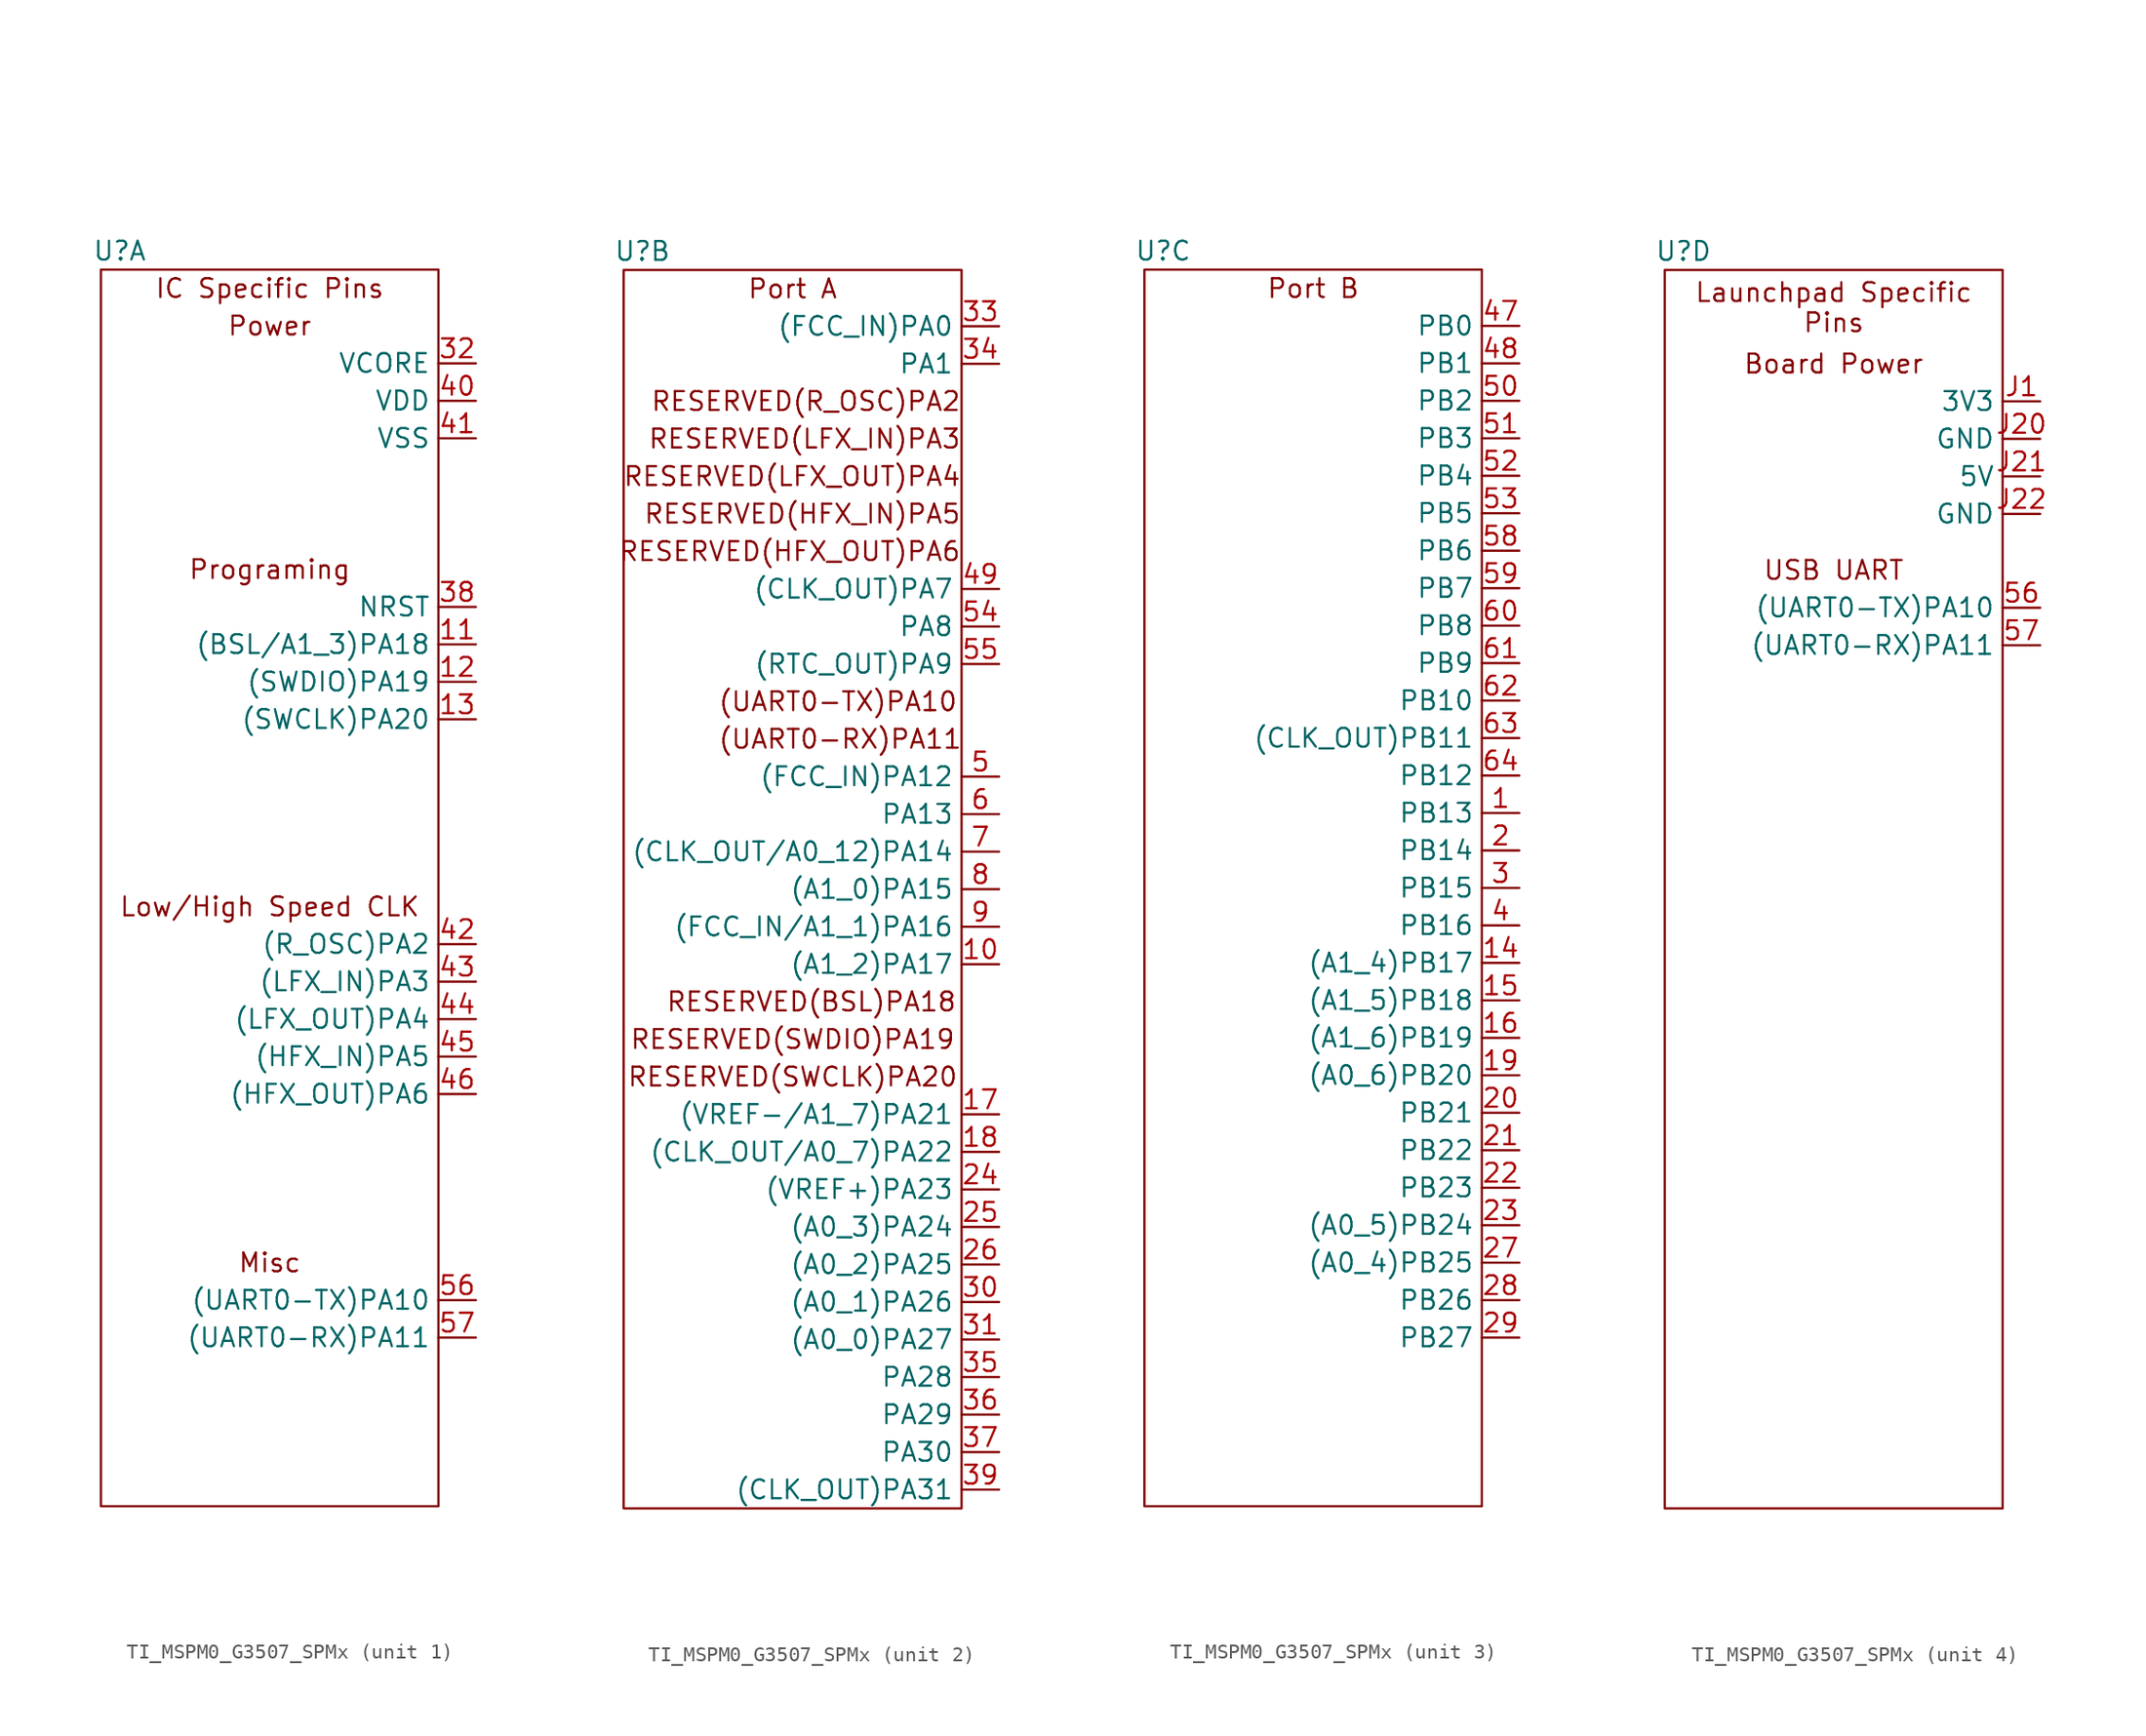
<source format=kicad_sym>
(kicad_symbol_lib
  (version 20220914)
  (generator kicad_symbol_editor)
  (symbol "TI_MSPM0_G3507_SPMx"
    (property "Reference" "U"
      (at 1.27 85.09 0)
      (effects (font (size 1.27 1.27))))
    (property "Value" ""
      (at 0 88.9 0)
      (effects (font (size 1.27 1.27))))
    (property "ki_locked" ""
      (at 0 0 0)
      (effects (font (size 1.27 1.27))))
    (symbol "TI_MSPM0_G3507_SPMx_1_1"
      (rectangle (start 0 83.82) (end 22.86 0) (stroke (width 0) (type default)) (fill (type none)))
      (text "IC Specific Pins" (at 11.43 82.55 0) (effects (font (size 1.27 1.27))))
      (text "Low/High Speed CLK" (at 11.43 40.64 0) (effects (font (size 1.27 1.27))))
      (text "Misc" (at 11.43 16.51 0) (effects (font (size 1.27 1.27))))
      (text "Power\n" (at 11.43 80.01 0) (effects (font (size 1.27 1.27))))
      (text "Programing" (at 11.43 63.5 0) (effects (font (size 1.27 1.27))))
      (pin bidirectional line (at 25.4 58.42 180) (length 2.54) (name "(BSL/A1_3)PA18" (effects (font (size 1.27 1.27)))) (number "11" (effects (font (size 1.27 1.27)))))
      (pin bidirectional line (at 25.4 55.88 180) (length 2.54) (name "(SWDIO)PA19" (effects (font (size 1.27 1.27)))) (number "12" (effects (font (size 1.27 1.27)))))
      (pin bidirectional line (at 25.4 53.34 180) (length 2.54) (name "(SWCLK)PA20" (effects (font (size 1.27 1.27)))) (number "13" (effects (font (size 1.27 1.27)))))
      (pin bidirectional line (at 25.4 77.47 180) (length 2.54) (name "VCORE" (effects (font (size 1.27 1.27)))) (number "32" (effects (font (size 1.27 1.27)))))
      (pin bidirectional line (at 25.4 60.96 180) (length 2.54) (name "NRST" (effects (font (size 1.27 1.27)))) (number "38" (effects (font (size 1.27 1.27)))))
      (pin bidirectional line (at 25.4 74.93 180) (length 2.54) (name "VDD" (effects (font (size 1.27 1.27)))) (number "40" (effects (font (size 1.27 1.27)))))
      (pin bidirectional line (at 25.4 72.39 180) (length 2.54) (name "VSS" (effects (font (size 1.27 1.27)))) (number "41" (effects (font (size 1.27 1.27)))))
      (pin bidirectional line (at 25.4 38.1 180) (length 2.54) (name "(R_OSC)PA2" (effects (font (size 1.27 1.27)))) (number "42" (effects (font (size 1.27 1.27)))))
      (pin bidirectional line (at 25.4 35.56 180) (length 2.54) (name "(LFX_IN)PA3" (effects (font (size 1.27 1.27)))) (number "43" (effects (font (size 1.27 1.27)))))
      (pin bidirectional line (at 25.4 33.02 180) (length 2.54) (name "(LFX_OUT)PA4" (effects (font (size 1.27 1.27)))) (number "44" (effects (font (size 1.27 1.27)))))
      (pin bidirectional line (at 25.4 30.48 180) (length 2.54) (name "(HFX_IN)PA5" (effects (font (size 1.27 1.27)))) (number "45" (effects (font (size 1.27 1.27)))))
      (pin bidirectional line (at 25.4 27.94 180) (length 2.54) (name "(HFX_OUT)PA6" (effects (font (size 1.27 1.27)))) (number "46" (effects (font (size 1.27 1.27)))))
      (pin bidirectional line (at 25.4 13.97 180) (length 2.54) (name "(UART0-TX)PA10" (effects (font (size 1.27 1.27)))) (number "56" (effects (font (size 1.27 1.27)))))
      (pin bidirectional line (at 25.4 11.43 180) (length 2.54) (name "(UART0-RX)PA11" (effects (font (size 1.27 1.27)))) (number "57" (effects (font (size 1.27 1.27))))))
    (symbol "TI_MSPM0_G3507_SPMx_2_1"
      (rectangle (start 0 83.82) (end 22.86 0) (stroke (width 0) (type default)) (fill (type none)))
      (text "(UART0-RX)PA11\n" (at 6.35 52.07 0) (effects (font (size 1.27 1.27)) (justify left)))
      (text "(UART0-TX)PA10" (at 6.35 54.61 0) (effects (font (size 1.27 1.27)) (justify left)))
      (text "Port A" (at 11.43 82.55 0) (effects (font (size 1.27 1.27))))
      (text "RESERVED(BSL)PA18\n" (at 12.7 34.29 0) (effects (font (size 1.27 1.27))))
      (text "RESERVED(HFX_IN)PA5" (at 22.86 67.31 0) (effects (font (size 1.27 1.27)) (justify right)))
      (text "RESERVED(HFX_OUT)PA6" (at 22.86 64.77 0) (effects (font (size 1.27 1.27)) (justify right)))
      (text "RESERVED(LFX_IN)PA3\n" (at 22.86 72.39 0) (effects (font (size 1.27 1.27)) (justify right)))
      (text "RESERVED(LFX_OUT)PA4\n" (at 22.86 69.85 0) (effects (font (size 1.27 1.27)) (justify right)))
      (text "RESERVED(R_OSC)PA2\n" (at 22.86 74.93 0) (effects (font (size 1.27 1.27)) (justify right)))
      (text "RESERVED(SWCLK)PA20" (at 11.43 29.21 0) (effects (font (size 1.27 1.27))))
      (text "RESERVED(SWDIO)PA19" (at 11.43 31.75 0) (effects (font (size 1.27 1.27))))
      (pin bidirectional line (at 25.4 36.83 180) (length 2.54) (name "(A1_2)PA17" (effects (font (size 1.27 1.27)))) (number "10" (effects (font (size 1.27 1.27)))))
      (pin bidirectional line (at 25.4 26.67 180) (length 2.54) (name "(VREF-/A1_7)PA21" (effects (font (size 1.27 1.27)))) (number "17" (effects (font (size 1.27 1.27)))))
      (pin bidirectional line (at 25.4 24.13 180) (length 2.54) (name "(CLK_OUT/A0_7)PA22" (effects (font (size 1.27 1.27)))) (number "18" (effects (font (size 1.27 1.27)))))
      (pin bidirectional line (at 25.4 21.59 180) (length 2.54) (name "(VREF+)PA23" (effects (font (size 1.27 1.27)))) (number "24" (effects (font (size 1.27 1.27)))))
      (pin bidirectional line (at 25.4 19.05 180) (length 2.54) (name "(A0_3)PA24" (effects (font (size 1.27 1.27)))) (number "25" (effects (font (size 1.27 1.27)))))
      (pin bidirectional line (at 25.4 16.51 180) (length 2.54) (name "(A0_2)PA25" (effects (font (size 1.27 1.27)))) (number "26" (effects (font (size 1.27 1.27)))))
      (pin bidirectional line (at 25.4 13.97 180) (length 2.54) (name "(A0_1)PA26" (effects (font (size 1.27 1.27)))) (number "30" (effects (font (size 1.27 1.27)))))
      (pin bidirectional line (at 25.4 11.43 180) (length 2.54) (name "(A0_0)PA27" (effects (font (size 1.27 1.27)))) (number "31" (effects (font (size 1.27 1.27)))))
      (pin bidirectional line (at 25.4 80.01 180) (length 2.54) (name "(FCC_IN)PA0" (effects (font (size 1.27 1.27)))) (number "33" (effects (font (size 1.27 1.27)))))
      (pin bidirectional line (at 25.4 77.47 180) (length 2.54) (name "PA1" (effects (font (size 1.27 1.27)))) (number "34" (effects (font (size 1.27 1.27)))))
      (pin bidirectional line (at 25.4 8.89 180) (length 2.54) (name "PA28" (effects (font (size 1.27 1.27)))) (number "35" (effects (font (size 1.27 1.27)))))
      (pin bidirectional line (at 25.4 6.35 180) (length 2.54) (name "PA29" (effects (font (size 1.27 1.27)))) (number "36" (effects (font (size 1.27 1.27)))))
      (pin bidirectional line (at 25.4 3.81 180) (length 2.54) (name "PA30" (effects (font (size 1.27 1.27)))) (number "37" (effects (font (size 1.27 1.27)))))
      (pin bidirectional line (at 25.4 1.27 180) (length 2.54) (name "(CLK_OUT)PA31" (effects (font (size 1.27 1.27)))) (number "39" (effects (font (size 1.27 1.27)))))
      (pin bidirectional line (at 25.4 62.23 180) (length 2.54) (name "(CLK_OUT)PA7" (effects (font (size 1.27 1.27)))) (number "49" (effects (font (size 1.27 1.27)))))
      (pin bidirectional line (at 25.4 49.53 180) (length 2.54) (name "(FCC_IN)PA12" (effects (font (size 1.27 1.27)))) (number "5" (effects (font (size 1.27 1.27)))))
      (pin bidirectional line (at 25.4 59.69 180) (length 2.54) (name "PA8" (effects (font (size 1.27 1.27)))) (number "54" (effects (font (size 1.27 1.27)))))
      (pin bidirectional line (at 25.4 57.15 180) (length 2.54) (name "(RTC_OUT)PA9" (effects (font (size 1.27 1.27)))) (number "55" (effects (font (size 1.27 1.27)))))
      (pin bidirectional line (at 25.4 46.99 180) (length 2.54) (name "PA13" (effects (font (size 1.27 1.27)))) (number "6" (effects (font (size 1.27 1.27)))))
      (pin bidirectional line (at 25.4 44.45 180) (length 2.54) (name "(CLK_OUT/A0_12)PA14" (effects (font (size 1.27 1.27)))) (number "7" (effects (font (size 1.27 1.27)))))
      (pin bidirectional line (at 25.4 41.91 180) (length 2.54) (name "(A1_0)PA15" (effects (font (size 1.27 1.27)))) (number "8" (effects (font (size 1.27 1.27)))))
      (pin bidirectional line (at 25.4 39.37 180) (length 2.54) (name "(FCC_IN/A1_1)PA16" (effects (font (size 1.27 1.27)))) (number "9" (effects (font (size 1.27 1.27))))))
    (symbol "TI_MSPM0_G3507_SPMx_3_1"
      (rectangle (start 0 83.82) (end 22.86 0) (stroke (width 0) (type default)) (fill (type none)))
      (text "Port B" (at 11.43 82.55 0) (effects (font (size 1.27 1.27))))
      (pin bidirectional line (at 25.4 46.99 180) (length 2.54) (name "PB13" (effects (font (size 1.27 1.27)))) (number "1" (effects (font (size 1.27 1.27)))))
      (pin bidirectional line (at 25.4 36.83 180) (length 2.54) (name "(A1_4)PB17" (effects (font (size 1.27 1.27)))) (number "14" (effects (font (size 1.27 1.27)))))
      (pin bidirectional line (at 25.4 34.29 180) (length 2.54) (name "(A1_5)PB18" (effects (font (size 1.27 1.27)))) (number "15" (effects (font (size 1.27 1.27)))))
      (pin bidirectional line (at 25.4 31.75 180) (length 2.54) (name "(A1_6)PB19" (effects (font (size 1.27 1.27)))) (number "16" (effects (font (size 1.27 1.27)))))
      (pin bidirectional line (at 25.4 29.21 180) (length 2.54) (name "(A0_6)PB20" (effects (font (size 1.27 1.27)))) (number "19" (effects (font (size 1.27 1.27)))))
      (pin bidirectional line (at 25.4 44.45 180) (length 2.54) (name "PB14" (effects (font (size 1.27 1.27)))) (number "2" (effects (font (size 1.27 1.27)))))
      (pin bidirectional line (at 25.4 26.67 180) (length 2.54) (name "PB21" (effects (font (size 1.27 1.27)))) (number "20" (effects (font (size 1.27 1.27)))))
      (pin bidirectional line (at 25.4 24.13 180) (length 2.54) (name "PB22" (effects (font (size 1.27 1.27)))) (number "21" (effects (font (size 1.27 1.27)))))
      (pin bidirectional line (at 25.4 21.59 180) (length 2.54) (name "PB23" (effects (font (size 1.27 1.27)))) (number "22" (effects (font (size 1.27 1.27)))))
      (pin bidirectional line (at 25.4 19.05 180) (length 2.54) (name "(A0_5)PB24" (effects (font (size 1.27 1.27)))) (number "23" (effects (font (size 1.27 1.27)))))
      (pin bidirectional line (at 25.4 16.51 180) (length 2.54) (name "(A0_4)PB25" (effects (font (size 1.27 1.27)))) (number "27" (effects (font (size 1.27 1.27)))))
      (pin bidirectional line (at 25.4 13.97 180) (length 2.54) (name "PB26" (effects (font (size 1.27 1.27)))) (number "28" (effects (font (size 1.27 1.27)))))
      (pin bidirectional line (at 25.4 11.43 180) (length 2.54) (name "PB27" (effects (font (size 1.27 1.27)))) (number "29" (effects (font (size 1.27 1.27)))))
      (pin bidirectional line (at 25.4 41.91 180) (length 2.54) (name "PB15" (effects (font (size 1.27 1.27)))) (number "3" (effects (font (size 1.27 1.27)))))
      (pin bidirectional line (at 25.4 39.37 180) (length 2.54) (name "PB16" (effects (font (size 1.27 1.27)))) (number "4" (effects (font (size 1.27 1.27)))))
      (pin bidirectional line (at 25.4 80.01 180) (length 2.54) (name "PB0" (effects (font (size 1.27 1.27)))) (number "47" (effects (font (size 1.27 1.27)))))
      (pin bidirectional line (at 25.4 77.47 180) (length 2.54) (name "PB1" (effects (font (size 1.27 1.27)))) (number "48" (effects (font (size 1.27 1.27)))))
      (pin bidirectional line (at 25.4 74.93 180) (length 2.54) (name "PB2" (effects (font (size 1.27 1.27)))) (number "50" (effects (font (size 1.27 1.27)))))
      (pin bidirectional line (at 25.4 72.39 180) (length 2.54) (name "PB3" (effects (font (size 1.27 1.27)))) (number "51" (effects (font (size 1.27 1.27)))))
      (pin bidirectional line (at 25.4 69.85 180) (length 2.54) (name "PB4" (effects (font (size 1.27 1.27)))) (number "52" (effects (font (size 1.27 1.27)))))
      (pin bidirectional line (at 25.4 67.31 180) (length 2.54) (name "PB5" (effects (font (size 1.27 1.27)))) (number "53" (effects (font (size 1.27 1.27)))))
      (pin bidirectional line (at 25.4 64.77 180) (length 2.54) (name "PB6" (effects (font (size 1.27 1.27)))) (number "58" (effects (font (size 1.27 1.27)))))
      (pin bidirectional line (at 25.4 62.23 180) (length 2.54) (name "PB7" (effects (font (size 1.27 1.27)))) (number "59" (effects (font (size 1.27 1.27)))))
      (pin bidirectional line (at 25.4 59.69 180) (length 2.54) (name "PB8" (effects (font (size 1.27 1.27)))) (number "60" (effects (font (size 1.27 1.27)))))
      (pin bidirectional line (at 25.4 57.15 180) (length 2.54) (name "PB9" (effects (font (size 1.27 1.27)))) (number "61" (effects (font (size 1.27 1.27)))))
      (pin bidirectional line (at 25.4 54.61 180) (length 2.54) (name "PB10" (effects (font (size 1.27 1.27)))) (number "62" (effects (font (size 1.27 1.27)))))
      (pin bidirectional line (at 25.4 52.07 180) (length 2.54) (name "(CLK_OUT)PB11" (effects (font (size 1.27 1.27)))) (number "63" (effects (font (size 1.27 1.27)))))
      (pin bidirectional line (at 25.4 49.53 180) (length 2.54) (name "PB12" (effects (font (size 1.27 1.27)))) (number "64" (effects (font (size 1.27 1.27))))))
    (symbol "TI_MSPM0_G3507_SPMx_4_1"
      (rectangle (start 0 83.82) (end 22.86 0) (stroke (width 0) (type default)) (fill (type none)))
      (text "Board Power" (at 11.43 77.47 0) (effects (font (size 1.27 1.27))))
      (text "Launchpad Specific\nPins" (at 11.43 81.28 0) (effects (font (size 1.27 1.27))))
      (text "USB UART" (at 11.43 63.5 0) (effects (font (size 1.27 1.27))))
      (pin bidirectional line (at 25.4 60.96 180) (length 2.54) (name "(UART0-TX)PA10" (effects (font (size 1.27 1.27)))) (number "56" (effects (font (size 1.27 1.27)))))
      (pin bidirectional line (at 25.4 58.42 180) (length 2.54) (name "(UART0-RX)PA11" (effects (font (size 1.27 1.27)))) (number "57" (effects (font (size 1.27 1.27)))))
      (pin bidirectional line (at 25.4 74.93 180) (length 2.54) (name "3V3" (effects (font (size 1.27 1.27)))) (number "J1" (effects (font (size 1.27 1.27)))))
      (pin bidirectional line (at 25.4 72.39 180) (length 2.54) (name "GND" (effects (font (size 1.27 1.27)))) (number "J20" (effects (font (size 1.27 1.27)))))
      (pin bidirectional line (at 25.4 69.85 180) (length 2.54) (name "5V" (effects (font (size 1.27 1.27)))) (number "J21" (effects (font (size 1.27 1.27)))))
      (pin bidirectional line (at 25.4 67.31 180) (length 2.54) (name "GND" (effects (font (size 1.27 1.27)))) (number "J22" (effects (font (size 1.27 1.27))))))))
</source>
